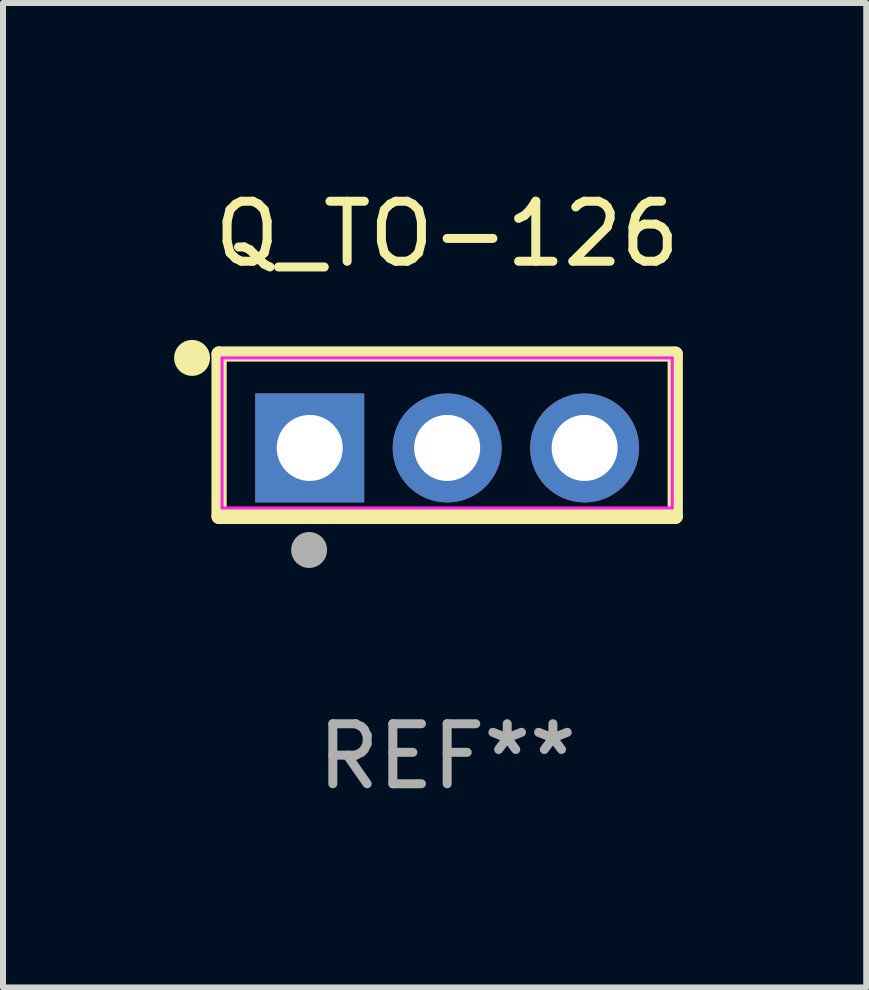
<source format=kicad_pcb>
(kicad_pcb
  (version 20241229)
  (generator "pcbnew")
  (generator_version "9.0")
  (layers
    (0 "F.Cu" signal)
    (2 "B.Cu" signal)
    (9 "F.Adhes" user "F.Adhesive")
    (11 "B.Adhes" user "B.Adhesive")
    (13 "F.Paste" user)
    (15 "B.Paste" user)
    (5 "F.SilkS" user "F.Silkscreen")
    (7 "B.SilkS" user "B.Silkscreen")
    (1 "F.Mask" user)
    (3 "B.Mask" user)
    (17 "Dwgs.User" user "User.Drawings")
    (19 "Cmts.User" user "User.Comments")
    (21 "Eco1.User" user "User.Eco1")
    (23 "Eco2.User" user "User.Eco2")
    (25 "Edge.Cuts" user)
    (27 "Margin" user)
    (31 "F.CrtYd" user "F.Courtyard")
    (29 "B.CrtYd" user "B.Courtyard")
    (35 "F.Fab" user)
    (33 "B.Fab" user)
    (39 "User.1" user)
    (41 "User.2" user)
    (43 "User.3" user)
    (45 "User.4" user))
  (footprint "Q_TO-126"
    (layer "F.Cu")
    (at 4.4 4.413)
    (property "Reference" "Q_TO-126" (at 0 -3.565 0) (layer "F.SilkS") (effects (font (size 1 1) (thickness 0.15))))
    (attr through_hole)
    (fp_line (start -3.8 -1.565) (end -3.8 1.14) (stroke (width 0.254) (type solid)) (layer "F.SilkS"))
    (fp_line (start -3.8 1.14) (end 3.8 1.14) (stroke (width 0.254) (type solid)) (layer "F.SilkS"))
    (fp_line (start 3.8 -1.565) (end -3.8 -1.565) (stroke (width 0.254) (type solid)) (layer "F.SilkS"))
    (fp_line (start 3.8 1.14) (end 3.8 -1.56) (stroke (width 0.254) (type solid)) (layer "F.SilkS"))
    (fp_circle (center -4.25 -1.5) (end -4.25 -1.5) (stroke (width 0.3) (type solid)) (fill no) (layer "F.SilkS"))
    (fp_circle (center -3.8 1.137) (end -3.77 1.137) (stroke (width 0.06) (type solid)) (fill no) (layer "F.SilkS"))
    (fp_line (start -3.75 -1.5) (end 3.75 -1.5) (stroke (width 0.05) (type default)) (layer "F.CrtYd"))
    (fp_line (start -3.75 1) (end -3.75 -1.5) (stroke (width 0.05) (type default)) (layer "F.CrtYd"))
    (fp_line (start 3.75 -1.5) (end 3.75 1) (stroke (width 0.05) (type default)) (layer "F.CrtYd"))
    (fp_line (start 3.75 1) (end -3.75 1) (stroke (width 0.05) (type default)) (layer "F.CrtYd"))
    (fp_circle (center -2.3 1.7) (end -2.15 1.7) (stroke (width 0.3) (type solid)) (fill no) (layer "F.Fab"))
    (fp_text user "REF**" (at 0 5.14 0) (layer "F.Fab") (effects (font (size 1 1) (thickness 0.15))))
    (pad "1" thru_hole rect (at -2.29 0 90) (size 1.816 1.816) (drill 1.1) (layers "*.Cu" "*.Mask"))
    (pad "2" thru_hole circle (at 0 0) (size 1.816 1.816) (drill 1.1) (layers "*.Cu" "*.Mask"))
    (pad "3" thru_hole circle (at 2.29 0) (size 1.816 1.816) (drill 1.1) (layers "*.Cu" "*.Mask")))
  (gr_rect
    (start -3 -3)
    (end 11.382 13.402)
    (stroke (width 0.1) (type default))
    (fill no)
    (layer "Edge.Cuts")))
</source>
